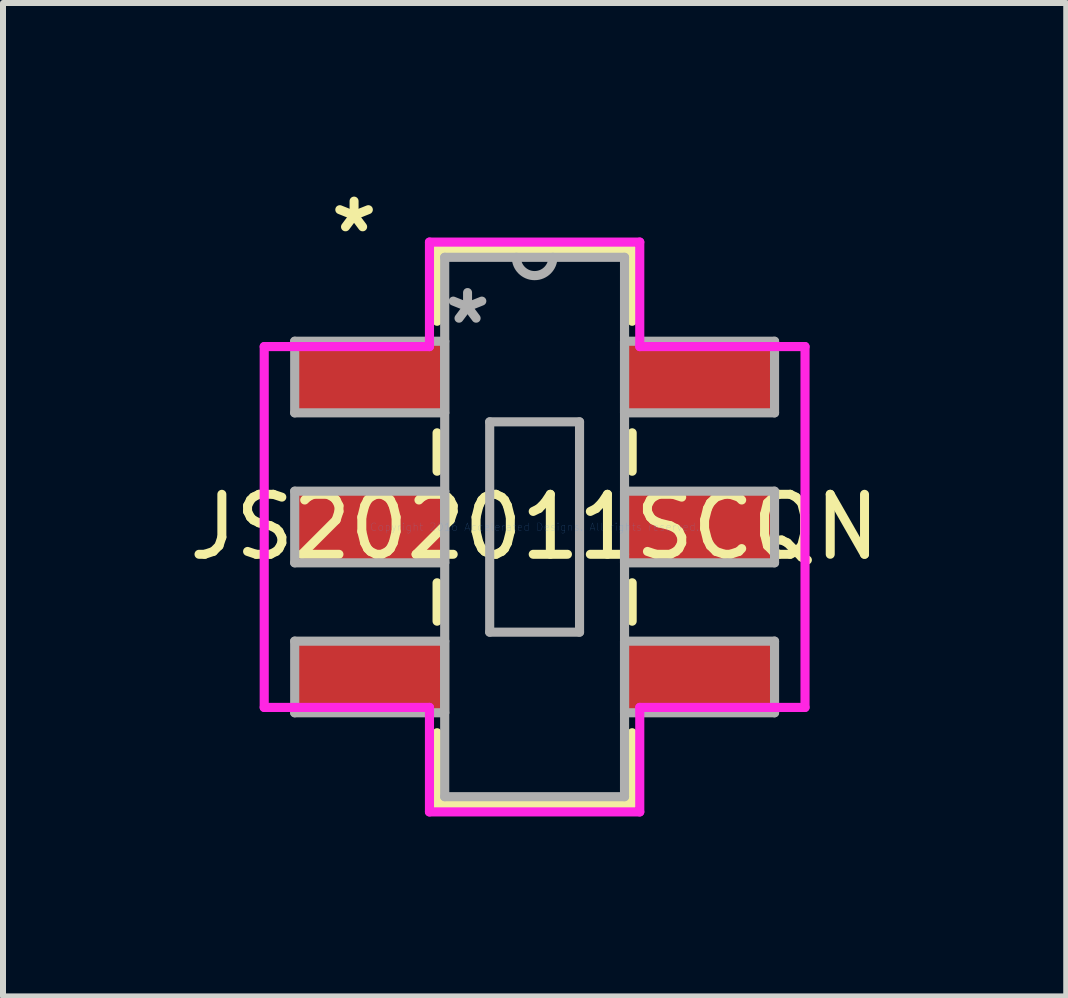
<source format=kicad_pcb>
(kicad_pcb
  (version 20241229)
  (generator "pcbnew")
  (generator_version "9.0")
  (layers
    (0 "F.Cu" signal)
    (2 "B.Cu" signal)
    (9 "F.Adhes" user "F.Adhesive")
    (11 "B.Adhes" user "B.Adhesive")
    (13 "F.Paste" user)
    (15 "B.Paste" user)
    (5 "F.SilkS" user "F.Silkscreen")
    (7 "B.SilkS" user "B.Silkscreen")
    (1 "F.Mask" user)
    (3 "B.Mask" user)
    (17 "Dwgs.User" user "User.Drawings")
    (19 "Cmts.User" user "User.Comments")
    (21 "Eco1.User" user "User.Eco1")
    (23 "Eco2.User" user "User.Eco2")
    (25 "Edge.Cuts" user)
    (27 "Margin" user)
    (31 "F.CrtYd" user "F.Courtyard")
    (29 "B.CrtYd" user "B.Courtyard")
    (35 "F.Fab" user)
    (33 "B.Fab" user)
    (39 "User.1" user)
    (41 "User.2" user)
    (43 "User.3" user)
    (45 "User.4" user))
  (footprint "JS202011SCQN"
    (layer "F.Cu")
    (at 5.863 5.736)
    (property "Reference" "JS202011SCQN" (at 0 0 0) (layer "F.SilkS") (effects (font (size 1 1) (thickness 0.15))))
    (attr through_hole)
    (fp_line (start -1.626 -4.623) (end -1.626 -3.43) (stroke (width 0.152) (type solid)) (layer "F.SilkS"))
    (fp_line (start -1.626 -1.57) (end -1.626 -0.93) (stroke (width 0.152) (type solid)) (layer "F.SilkS"))
    (fp_line (start -1.626 0.93) (end -1.626 1.57) (stroke (width 0.152) (type solid)) (layer "F.SilkS"))
    (fp_line (start -1.626 3.43) (end -1.626 4.623) (stroke (width 0.152) (type solid)) (layer "F.SilkS"))
    (fp_line (start -1.626 4.623) (end 1.626 4.623) (stroke (width 0.152) (type solid)) (layer "F.SilkS"))
    (fp_line (start 1.626 -4.623) (end -1.626 -4.623) (stroke (width 0.152) (type solid)) (layer "F.SilkS"))
    (fp_line (start 1.626 -3.43) (end 1.626 -4.623) (stroke (width 0.152) (type solid)) (layer "F.SilkS"))
    (fp_line (start 1.626 -0.93) (end 1.626 -1.57) (stroke (width 0.152) (type solid)) (layer "F.SilkS"))
    (fp_line (start 1.626 1.57) (end 1.626 0.93) (stroke (width 0.152) (type solid)) (layer "F.SilkS"))
    (fp_line (start 1.626 4.623) (end 1.626 3.43) (stroke (width 0.152) (type solid)) (layer "F.SilkS"))
    (fp_line (start -4.508 -3.008) (end -1.753 -3.008) (stroke (width 0.152) (type solid)) (layer "F.CrtYd"))
    (fp_line (start -4.508 3.008) (end -4.508 -3.008) (stroke (width 0.152) (type solid)) (layer "F.CrtYd"))
    (fp_line (start -1.753 -4.75) (end 1.753 -4.75) (stroke (width 0.152) (type solid)) (layer "F.CrtYd"))
    (fp_line (start -1.753 -3.008) (end -1.753 -4.75) (stroke (width 0.152) (type solid)) (layer "F.CrtYd"))
    (fp_line (start -1.753 3.008) (end -4.508 3.008) (stroke (width 0.152) (type solid)) (layer "F.CrtYd"))
    (fp_line (start -1.753 4.75) (end -1.753 3.008) (stroke (width 0.152) (type solid)) (layer "F.CrtYd"))
    (fp_line (start 1.753 -4.75) (end 1.753 -3.008) (stroke (width 0.152) (type solid)) (layer "F.CrtYd"))
    (fp_line (start 1.753 -3.008) (end 4.508 -3.008) (stroke (width 0.152) (type solid)) (layer "F.CrtYd"))
    (fp_line (start 1.753 3.008) (end 1.753 4.75) (stroke (width 0.152) (type solid)) (layer "F.CrtYd"))
    (fp_line (start 1.753 4.75) (end -1.753 4.75) (stroke (width 0.152) (type solid)) (layer "F.CrtYd"))
    (fp_line (start 4.508 -3.008) (end 4.508 3.008) (stroke (width 0.152) (type solid)) (layer "F.CrtYd"))
    (fp_line (start 4.508 3.008) (end 1.753 3.008) (stroke (width 0.152) (type solid)) (layer "F.CrtYd"))
    (fp_line (start -4 -3.097) (end -4 -1.903) (stroke (width 0.152) (type solid)) (layer "F.Fab"))
    (fp_line (start -4 -1.903) (end -1.499 -1.903) (stroke (width 0.152) (type solid)) (layer "F.Fab"))
    (fp_line (start -4 -0.597) (end -4 0.597) (stroke (width 0.152) (type solid)) (layer "F.Fab"))
    (fp_line (start -4 0.597) (end -1.499 0.597) (stroke (width 0.152) (type solid)) (layer "F.Fab"))
    (fp_line (start -4 1.903) (end -4 3.097) (stroke (width 0.152) (type solid)) (layer "F.Fab"))
    (fp_line (start -4 3.097) (end -1.499 3.097) (stroke (width 0.152) (type solid)) (layer "F.Fab"))
    (fp_line (start -1.499 -4.496) (end -1.499 4.496) (stroke (width 0.152) (type solid)) (layer "F.Fab"))
    (fp_line (start -1.499 -3.097) (end -4 -3.097) (stroke (width 0.152) (type solid)) (layer "F.Fab"))
    (fp_line (start -1.499 -1.903) (end -1.499 -3.097) (stroke (width 0.152) (type solid)) (layer "F.Fab"))
    (fp_line (start -1.499 -0.597) (end -4 -0.597) (stroke (width 0.152) (type solid)) (layer "F.Fab"))
    (fp_line (start -1.499 0.597) (end -1.499 -0.597) (stroke (width 0.152) (type solid)) (layer "F.Fab"))
    (fp_line (start -1.499 1.903) (end -4 1.903) (stroke (width 0.152) (type solid)) (layer "F.Fab"))
    (fp_line (start -1.499 3.097) (end -1.499 1.903) (stroke (width 0.152) (type solid)) (layer "F.Fab"))
    (fp_line (start -1.499 4.496) (end 1.499 4.496) (stroke (width 0.152) (type solid)) (layer "F.Fab"))
    (fp_line (start -0.749 -1.753) (end 0.749 -1.753) (stroke (width 0.152) (type solid)) (layer "F.Fab"))
    (fp_line (start -0.749 1.753) (end -0.749 -1.753) (stroke (width 0.152) (type solid)) (layer "F.Fab"))
    (fp_line (start 0.749 -1.753) (end 0.749 1.753) (stroke (width 0.152) (type solid)) (layer "F.Fab"))
    (fp_line (start 0.749 1.753) (end -0.749 1.753) (stroke (width 0.152) (type solid)) (layer "F.Fab"))
    (fp_line (start 1.499 -4.496) (end -1.499 -4.496) (stroke (width 0.152) (type solid)) (layer "F.Fab"))
    (fp_line (start 1.499 -3.097) (end 1.499 -1.903) (stroke (width 0.152) (type solid)) (layer "F.Fab"))
    (fp_line (start 1.499 -1.903) (end 4 -1.903) (stroke (width 0.152) (type solid)) (layer "F.Fab"))
    (fp_line (start 1.499 -0.597) (end 1.499 0.597) (stroke (width 0.152) (type solid)) (layer "F.Fab"))
    (fp_line (start 1.499 0.597) (end 4 0.597) (stroke (width 0.152) (type solid)) (layer "F.Fab"))
    (fp_line (start 1.499 1.903) (end 1.499 3.097) (stroke (width 0.152) (type solid)) (layer "F.Fab"))
    (fp_line (start 1.499 3.097) (end 4 3.097) (stroke (width 0.152) (type solid)) (layer "F.Fab"))
    (fp_line (start 1.499 4.496) (end 1.499 -4.496) (stroke (width 0.152) (type solid)) (layer "F.Fab"))
    (fp_line (start 4 -3.097) (end 1.499 -3.097) (stroke (width 0.152) (type solid)) (layer "F.Fab"))
    (fp_line (start 4 -1.903) (end 4 -3.097) (stroke (width 0.152) (type solid)) (layer "F.Fab"))
    (fp_line (start 4 -0.597) (end 1.499 -0.597) (stroke (width 0.152) (type solid)) (layer "F.Fab"))
    (fp_line (start 4 0.597) (end 4 -0.597) (stroke (width 0.152) (type solid)) (layer "F.Fab"))
    (fp_line (start 4 1.903) (end 1.499 1.903) (stroke (width 0.152) (type solid)) (layer "F.Fab"))
    (fp_line (start 4 3.097) (end 4 1.903) (stroke (width 0.152) (type solid)) (layer "F.Fab"))
    (fp_arc (start 0.3048 -4.4958) (mid 0 -4.191) (end -0.3048 -4.4958) (stroke (width 0.1524) (type solid)) (layer "F.Fab"))
    (fp_text user "*" (at -3.01 -4.888 0) (layer "F.SilkS") (effects (font (size 1 1) (thickness 0.15))))
    (fp_text user "Copyright 2016 Accelerated Designs. All rights reserved." (at 0 0 0) (layer "Cmts.User") (effects (font (size 0.127 0.127) (thickness 0.002))))
    (fp_text user "*" (at -1.118 -3.364 0) (layer "F.Fab") (effects (font (size 1 1) (thickness 0.15))))
    (pad "1" smd rect (at -2.756 -2.5) (size 2.489 1.194) (layers "F.Cu" "F.Mask" "F.Paste"))
    (pad "2" smd rect (at -2.756 0) (size 2.489 1.194) (layers "F.Cu" "F.Mask" "F.Paste"))
    (pad "3" smd rect (at -2.756 2.5) (size 2.489 1.194) (layers "F.Cu" "F.Mask" "F.Paste"))
    (pad "4" smd rect (at 2.756 2.5) (size 2.489 1.194) (layers "F.Cu" "F.Mask" "F.Paste"))
    (pad "5" smd rect (at 2.756 0) (size 2.489 1.194) (layers "F.Cu" "F.Mask" "F.Paste"))
    (pad "6" smd rect (at 2.756 -2.5) (size 2.489 1.194) (layers "F.Cu" "F.Mask" "F.Paste")))
  (gr_rect
    (start -3 -3)
    (end 14.726 13.562)
    (stroke (width 0.1) (type default))
    (fill no)
    (layer "Edge.Cuts")))
</source>
